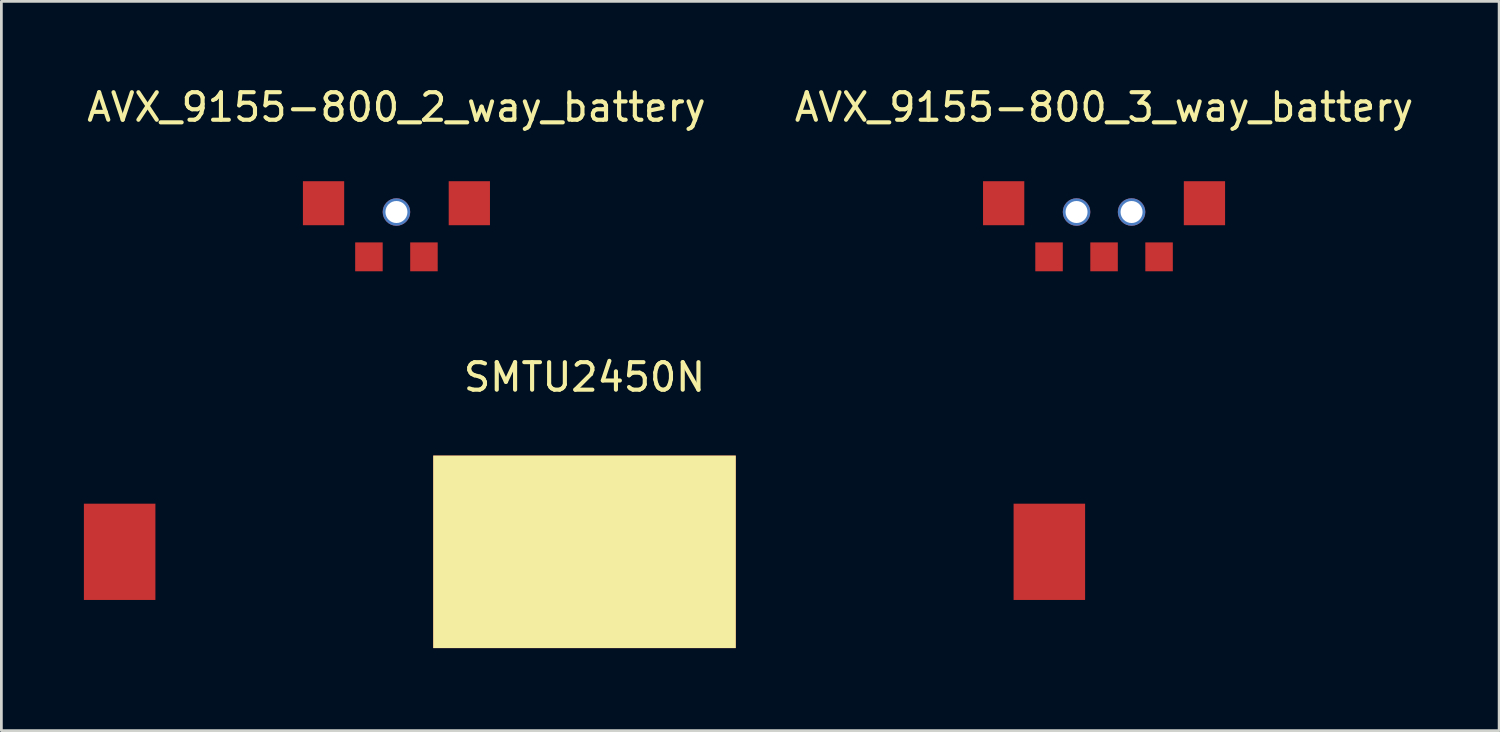
<source format=kicad_pcb>
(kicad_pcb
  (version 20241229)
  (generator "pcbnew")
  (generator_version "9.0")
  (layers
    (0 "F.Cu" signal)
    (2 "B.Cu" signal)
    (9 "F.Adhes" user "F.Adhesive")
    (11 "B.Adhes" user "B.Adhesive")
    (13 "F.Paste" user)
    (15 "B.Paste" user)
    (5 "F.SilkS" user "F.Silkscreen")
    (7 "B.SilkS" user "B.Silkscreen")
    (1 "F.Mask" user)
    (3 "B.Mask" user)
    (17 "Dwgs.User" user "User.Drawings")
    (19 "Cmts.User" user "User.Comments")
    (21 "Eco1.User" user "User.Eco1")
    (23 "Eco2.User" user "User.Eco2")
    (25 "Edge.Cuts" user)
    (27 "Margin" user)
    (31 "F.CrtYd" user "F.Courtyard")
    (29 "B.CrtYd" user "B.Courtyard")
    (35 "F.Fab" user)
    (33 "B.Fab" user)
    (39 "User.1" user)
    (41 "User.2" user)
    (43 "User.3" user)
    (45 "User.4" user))
  (footprint "AVX_9155-800_3_way_battery"
    (layer "F.Cu")
    (at 37.089 4.658)
    (property "Reference" "AVX_9155-800_3_way_battery" (at 0 -3.81 0) (layer "F.SilkS") (effects (font (size 1 1) (thickness 0.15))))
    (attr through_hole)
    (pad "1" thru_hole circle (at 1 0) (size 1 1) (drill 0.8) (layers "*.Cu" "*.Mask"))
    (pad "2" thru_hole circle (at -1 0) (size 1 1) (drill 0.8) (layers "*.Cu" "*.Mask"))
    (pad "3" smd trapezoid (at 3.65 -0.32) (size 1.5 1.6) (layers "*.Mask" "F.Cu"))
    (pad "4" smd trapezoid (at -3.65 -0.32) (size 1.5 1.6) (layers "*.Mask" "F.Cu"))
    (pad "4" smd trapezoid (at 2 1.63) (size 1 1.05) (layers "*.Mask" "F.Cu"))
    (pad "5" smd trapezoid (at 0 1.63) (size 1 1.05) (layers "*.Mask" "F.Cu"))
    (pad "6" smd trapezoid (at -2 1.63) (size 1 1.05) (layers "*.Mask" "F.Cu")))
  (footprint "AVX_9155-800_2_way_battery"
    (layer "F.Cu")
    (at 11.363 4.658)
    (property "Reference" "AVX_9155-800_2_way_battery" (at 0 -3.81 0) (layer "F.SilkS") (effects (font (size 1 1) (thickness 0.15))))
    (attr through_hole)
    (pad "" thru_hole circle (at 0 0) (size 1 1) (drill 0.8) (layers "*.Cu" "*.Mask"))
    (pad "1" connect rect (at 2.65 -0.32) (size 1.5 1.6) (layers "*.Mask" "F.Cu"))
    (pad "2" connect rect (at -2.65 -0.32) (size 1.5 1.6) (layers "*.Mask" "F.Cu"))
    (pad "3" connect rect (at 1 1.63) (size 1 1.05) (layers "*.Mask" "F.Cu"))
    (pad "4" connect rect (at -1 1.63) (size 1 1.05) (layers "*.Mask" "F.Cu")))
  (footprint "SMTU2450N"
    (layer "F.Cu")
    (at 18.2 17.012)
    (property "Reference" "SMTU2450N" (at 0 -6.35 0) (layer "F.SilkS") (effects (font (size 1 1) (thickness 0.15))))
    (attr through_hole)
    (pad "1" connect rect (at 16.9 0) (size 2.6 3.5) (layers "*.Mask" "F.Cu"))
    (pad "2" connect rect (at -16.9 0) (size 2.6 3.5) (layers "*.Mask" "F.Cu"))
    (pad "3" connect rect (at 0 0) (size 11 7) (layers "F.Cu" "F.SilkS")))
  (gr_rect
    (start -3 -3)
    (end 51.452 23.512)
    (stroke (width 0.1) (type default))
    (fill no)
    (layer "Edge.Cuts")))
</source>
